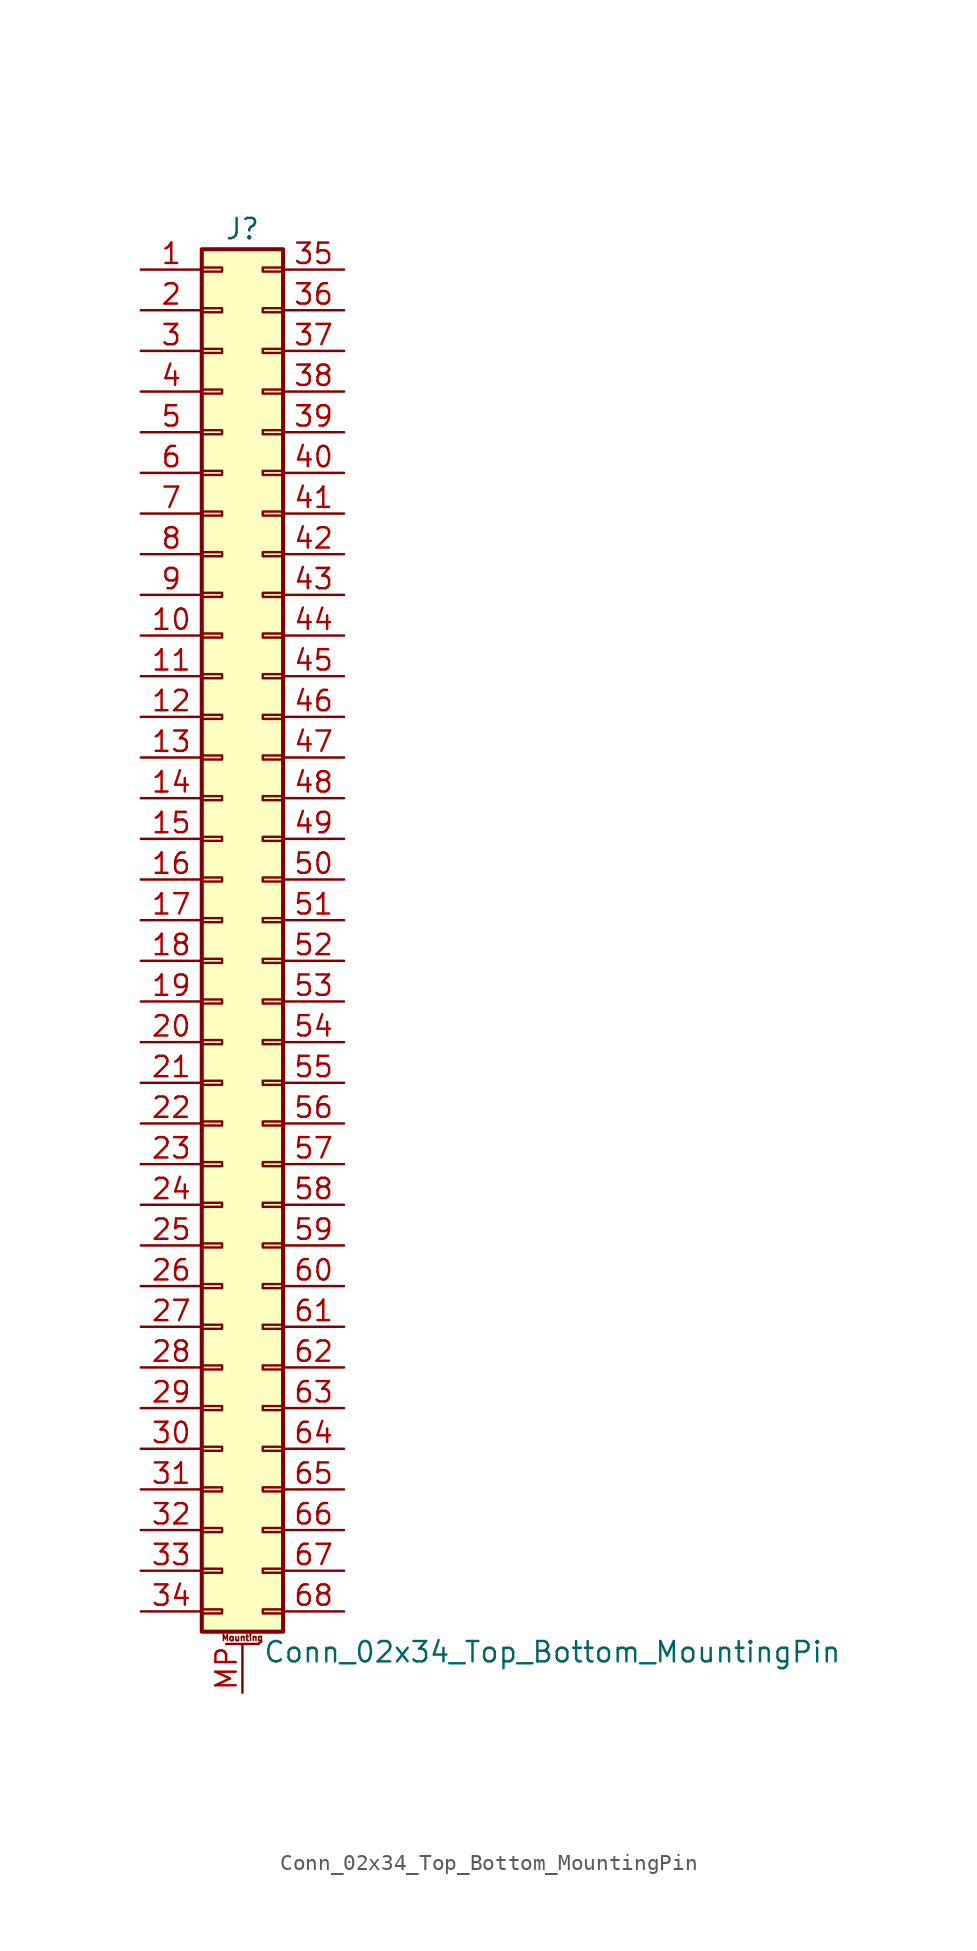
<source format=kicad_sym>
(kicad_symbol_lib
  (version 20201005)
  (generator kicad_symbol_editor)
  (symbol "Conn_02x34_Top_Bottom_MountingPin"
    (pin_names
      (offset 1.016) hide)
    (property "Reference" "J"
      (at 1.27 43.18 0)
      (effects (font (size 1.27 1.27))))
    (property "Value" "Conn_02x34_Top_Bottom_MountingPin"
      (at 2.54 -45.72 0)
      (effects (font (size 1.27 1.27)) (justify left)))
    (symbol "Conn_02x34_Top_Bottom_MountingPin_1_1"
      (text "Mounting" (at 1.27 -44.831 0) (effects (font (size 0.381 0.381))))
      (rectangle (start -1.27 -43.053) (end 0 -43.307) (stroke (width 0.152)) (fill (type none)))
      (rectangle (start -1.27 -40.513) (end 0 -40.767) (stroke (width 0.152)) (fill (type none)))
      (rectangle (start -1.27 -37.973) (end 0 -38.227) (stroke (width 0.152)) (fill (type none)))
      (rectangle (start -1.27 -35.433) (end 0 -35.687) (stroke (width 0.152)) (fill (type none)))
      (rectangle (start -1.27 -32.893) (end 0 -33.147) (stroke (width 0.152)) (fill (type none)))
      (rectangle (start -1.27 -30.353) (end 0 -30.607) (stroke (width 0.152)) (fill (type none)))
      (rectangle (start -1.27 -27.813) (end 0 -28.067) (stroke (width 0.152)) (fill (type none)))
      (rectangle (start -1.27 -25.273) (end 0 -25.527) (stroke (width 0.152)) (fill (type none)))
      (rectangle (start -1.27 -22.733) (end 0 -22.987) (stroke (width 0.152)) (fill (type none)))
      (rectangle (start -1.27 -20.193) (end 0 -20.447) (stroke (width 0.152)) (fill (type none)))
      (rectangle (start -1.27 -17.653) (end 0 -17.907) (stroke (width 0.152)) (fill (type none)))
      (rectangle (start -1.27 -15.113) (end 0 -15.367) (stroke (width 0.152)) (fill (type none)))
      (rectangle (start -1.27 -12.573) (end 0 -12.827) (stroke (width 0.152)) (fill (type none)))
      (rectangle (start -1.27 -10.033) (end 0 -10.287) (stroke (width 0.152)) (fill (type none)))
      (rectangle (start -1.27 -7.493) (end 0 -7.747) (stroke (width 0.152)) (fill (type none)))
      (rectangle (start -1.27 -4.953) (end 0 -5.207) (stroke (width 0.152)) (fill (type none)))
      (rectangle (start -1.27 -2.413) (end 0 -2.667) (stroke (width 0.152)) (fill (type none)))
      (rectangle (start -1.27 0.127) (end 0 -0.127) (stroke (width 0.152)) (fill (type none)))
      (rectangle (start -1.27 2.667) (end 0 2.413) (stroke (width 0.152)) (fill (type none)))
      (rectangle (start -1.27 5.207) (end 0 4.953) (stroke (width 0.152)) (fill (type none)))
      (rectangle (start -1.27 7.747) (end 0 7.493) (stroke (width 0.152)) (fill (type none)))
      (rectangle (start -1.27 10.287) (end 0 10.033) (stroke (width 0.152)) (fill (type none)))
      (rectangle (start -1.27 12.827) (end 0 12.573) (stroke (width 0.152)) (fill (type none)))
      (rectangle (start -1.27 15.367) (end 0 15.113) (stroke (width 0.152)) (fill (type none)))
      (rectangle (start -1.27 17.907) (end 0 17.653) (stroke (width 0.152)) (fill (type none)))
      (rectangle (start -1.27 20.447) (end 0 20.193) (stroke (width 0.152)) (fill (type none)))
      (rectangle (start -1.27 22.987) (end 0 22.733) (stroke (width 0.152)) (fill (type none)))
      (rectangle (start -1.27 25.527) (end 0 25.273) (stroke (width 0.152)) (fill (type none)))
      (rectangle (start -1.27 28.067) (end 0 27.813) (stroke (width 0.152)) (fill (type none)))
      (rectangle (start -1.27 30.607) (end 0 30.353) (stroke (width 0.152)) (fill (type none)))
      (rectangle (start -1.27 33.147) (end 0 32.893) (stroke (width 0.152)) (fill (type none)))
      (rectangle (start -1.27 35.687) (end 0 35.433) (stroke (width 0.152)) (fill (type none)))
      (rectangle (start -1.27 38.227) (end 0 37.973) (stroke (width 0.152)) (fill (type none)))
      (rectangle (start -1.27 40.767) (end 0 40.513) (stroke (width 0.152)) (fill (type none)))
      (rectangle (start -1.27 41.91) (end 3.81 -44.45) (stroke (width 0.254)) (fill (type background)))
      (rectangle (start 3.81 -43.053) (end 2.54 -43.307) (stroke (width 0.152)) (fill (type none)))
      (rectangle (start 3.81 -40.513) (end 2.54 -40.767) (stroke (width 0.152)) (fill (type none)))
      (rectangle (start 3.81 -37.973) (end 2.54 -38.227) (stroke (width 0.152)) (fill (type none)))
      (rectangle (start 3.81 -35.433) (end 2.54 -35.687) (stroke (width 0.152)) (fill (type none)))
      (rectangle (start 3.81 -32.893) (end 2.54 -33.147) (stroke (width 0.152)) (fill (type none)))
      (rectangle (start 3.81 -30.353) (end 2.54 -30.607) (stroke (width 0.152)) (fill (type none)))
      (rectangle (start 3.81 -27.813) (end 2.54 -28.067) (stroke (width 0.152)) (fill (type none)))
      (rectangle (start 3.81 -25.273) (end 2.54 -25.527) (stroke (width 0.152)) (fill (type none)))
      (rectangle (start 3.81 -22.733) (end 2.54 -22.987) (stroke (width 0.152)) (fill (type none)))
      (rectangle (start 3.81 -20.193) (end 2.54 -20.447) (stroke (width 0.152)) (fill (type none)))
      (rectangle (start 3.81 -17.653) (end 2.54 -17.907) (stroke (width 0.152)) (fill (type none)))
      (rectangle (start 3.81 -15.113) (end 2.54 -15.367) (stroke (width 0.152)) (fill (type none)))
      (rectangle (start 3.81 -12.573) (end 2.54 -12.827) (stroke (width 0.152)) (fill (type none)))
      (rectangle (start 3.81 -10.033) (end 2.54 -10.287) (stroke (width 0.152)) (fill (type none)))
      (rectangle (start 3.81 -7.493) (end 2.54 -7.747) (stroke (width 0.152)) (fill (type none)))
      (rectangle (start 3.81 -4.953) (end 2.54 -5.207) (stroke (width 0.152)) (fill (type none)))
      (rectangle (start 3.81 -2.413) (end 2.54 -2.667) (stroke (width 0.152)) (fill (type none)))
      (rectangle (start 3.81 0.127) (end 2.54 -0.127) (stroke (width 0.152)) (fill (type none)))
      (rectangle (start 3.81 2.667) (end 2.54 2.413) (stroke (width 0.152)) (fill (type none)))
      (rectangle (start 3.81 5.207) (end 2.54 4.953) (stroke (width 0.152)) (fill (type none)))
      (rectangle (start 3.81 7.747) (end 2.54 7.493) (stroke (width 0.152)) (fill (type none)))
      (rectangle (start 3.81 10.287) (end 2.54 10.033) (stroke (width 0.152)) (fill (type none)))
      (rectangle (start 3.81 12.827) (end 2.54 12.573) (stroke (width 0.152)) (fill (type none)))
      (rectangle (start 3.81 15.367) (end 2.54 15.113) (stroke (width 0.152)) (fill (type none)))
      (rectangle (start 3.81 17.907) (end 2.54 17.653) (stroke (width 0.152)) (fill (type none)))
      (rectangle (start 3.81 20.447) (end 2.54 20.193) (stroke (width 0.152)) (fill (type none)))
      (rectangle (start 3.81 22.987) (end 2.54 22.733) (stroke (width 0.152)) (fill (type none)))
      (rectangle (start 3.81 25.527) (end 2.54 25.273) (stroke (width 0.152)) (fill (type none)))
      (rectangle (start 3.81 28.067) (end 2.54 27.813) (stroke (width 0.152)) (fill (type none)))
      (rectangle (start 3.81 30.607) (end 2.54 30.353) (stroke (width 0.152)) (fill (type none)))
      (rectangle (start 3.81 33.147) (end 2.54 32.893) (stroke (width 0.152)) (fill (type none)))
      (rectangle (start 3.81 35.687) (end 2.54 35.433) (stroke (width 0.152)) (fill (type none)))
      (rectangle (start 3.81 38.227) (end 2.54 37.973) (stroke (width 0.152)) (fill (type none)))
      (rectangle (start 3.81 40.767) (end 2.54 40.513) (stroke (width 0.152)) (fill (type none)))
      (polyline (pts (xy 0.254 -45.212) (xy 2.286 -45.212)) (stroke (width 0.152)) (fill (type none)))
      (pin passive line (at -5.08 40.64 0) (length 3.81) (name "Pin_1" (effects (font (size 1.27 1.27)))) (number "1" (effects (font (size 1.27 1.27)))))
      (pin passive line (at -5.08 17.78 0) (length 3.81) (name "Pin_10" (effects (font (size 1.27 1.27)))) (number "10" (effects (font (size 1.27 1.27)))))
      (pin passive line (at -5.08 15.24 0) (length 3.81) (name "Pin_11" (effects (font (size 1.27 1.27)))) (number "11" (effects (font (size 1.27 1.27)))))
      (pin passive line (at -5.08 12.7 0) (length 3.81) (name "Pin_12" (effects (font (size 1.27 1.27)))) (number "12" (effects (font (size 1.27 1.27)))))
      (pin passive line (at -5.08 10.16 0) (length 3.81) (name "Pin_13" (effects (font (size 1.27 1.27)))) (number "13" (effects (font (size 1.27 1.27)))))
      (pin passive line (at -5.08 7.62 0) (length 3.81) (name "Pin_14" (effects (font (size 1.27 1.27)))) (number "14" (effects (font (size 1.27 1.27)))))
      (pin passive line (at -5.08 5.08 0) (length 3.81) (name "Pin_15" (effects (font (size 1.27 1.27)))) (number "15" (effects (font (size 1.27 1.27)))))
      (pin passive line (at -5.08 2.54 0) (length 3.81) (name "Pin_16" (effects (font (size 1.27 1.27)))) (number "16" (effects (font (size 1.27 1.27)))))
      (pin passive line (at -5.08 0 0) (length 3.81) (name "Pin_17" (effects (font (size 1.27 1.27)))) (number "17" (effects (font (size 1.27 1.27)))))
      (pin passive line (at -5.08 -2.54 0) (length 3.81) (name "Pin_18" (effects (font (size 1.27 1.27)))) (number "18" (effects (font (size 1.27 1.27)))))
      (pin passive line (at -5.08 -5.08 0) (length 3.81) (name "Pin_19" (effects (font (size 1.27 1.27)))) (number "19" (effects (font (size 1.27 1.27)))))
      (pin passive line (at -5.08 38.1 0) (length 3.81) (name "Pin_2" (effects (font (size 1.27 1.27)))) (number "2" (effects (font (size 1.27 1.27)))))
      (pin passive line (at -5.08 -7.62 0) (length 3.81) (name "Pin_20" (effects (font (size 1.27 1.27)))) (number "20" (effects (font (size 1.27 1.27)))))
      (pin passive line (at -5.08 -10.16 0) (length 3.81) (name "Pin_21" (effects (font (size 1.27 1.27)))) (number "21" (effects (font (size 1.27 1.27)))))
      (pin passive line (at -5.08 -12.7 0) (length 3.81) (name "Pin_22" (effects (font (size 1.27 1.27)))) (number "22" (effects (font (size 1.27 1.27)))))
      (pin passive line (at -5.08 -15.24 0) (length 3.81) (name "Pin_23" (effects (font (size 1.27 1.27)))) (number "23" (effects (font (size 1.27 1.27)))))
      (pin passive line (at -5.08 -17.78 0) (length 3.81) (name "Pin_24" (effects (font (size 1.27 1.27)))) (number "24" (effects (font (size 1.27 1.27)))))
      (pin passive line (at -5.08 -20.32 0) (length 3.81) (name "Pin_25" (effects (font (size 1.27 1.27)))) (number "25" (effects (font (size 1.27 1.27)))))
      (pin passive line (at -5.08 -22.86 0) (length 3.81) (name "Pin_26" (effects (font (size 1.27 1.27)))) (number "26" (effects (font (size 1.27 1.27)))))
      (pin passive line (at -5.08 -25.4 0) (length 3.81) (name "Pin_27" (effects (font (size 1.27 1.27)))) (number "27" (effects (font (size 1.27 1.27)))))
      (pin passive line (at -5.08 -27.94 0) (length 3.81) (name "Pin_28" (effects (font (size 1.27 1.27)))) (number "28" (effects (font (size 1.27 1.27)))))
      (pin passive line (at -5.08 -30.48 0) (length 3.81) (name "Pin_29" (effects (font (size 1.27 1.27)))) (number "29" (effects (font (size 1.27 1.27)))))
      (pin passive line (at -5.08 35.56 0) (length 3.81) (name "Pin_3" (effects (font (size 1.27 1.27)))) (number "3" (effects (font (size 1.27 1.27)))))
      (pin passive line (at -5.08 -33.02 0) (length 3.81) (name "Pin_30" (effects (font (size 1.27 1.27)))) (number "30" (effects (font (size 1.27 1.27)))))
      (pin passive line (at -5.08 -35.56 0) (length 3.81) (name "Pin_31" (effects (font (size 1.27 1.27)))) (number "31" (effects (font (size 1.27 1.27)))))
      (pin passive line (at -5.08 -38.1 0) (length 3.81) (name "Pin_32" (effects (font (size 1.27 1.27)))) (number "32" (effects (font (size 1.27 1.27)))))
      (pin passive line (at -5.08 -40.64 0) (length 3.81) (name "Pin_33" (effects (font (size 1.27 1.27)))) (number "33" (effects (font (size 1.27 1.27)))))
      (pin passive line (at -5.08 -43.18 0) (length 3.81) (name "Pin_34" (effects (font (size 1.27 1.27)))) (number "34" (effects (font (size 1.27 1.27)))))
      (pin passive line (at 7.62 40.64 180) (length 3.81) (name "Pin_35" (effects (font (size 1.27 1.27)))) (number "35" (effects (font (size 1.27 1.27)))))
      (pin passive line (at 7.62 38.1 180) (length 3.81) (name "Pin_36" (effects (font (size 1.27 1.27)))) (number "36" (effects (font (size 1.27 1.27)))))
      (pin passive line (at 7.62 35.56 180) (length 3.81) (name "Pin_37" (effects (font (size 1.27 1.27)))) (number "37" (effects (font (size 1.27 1.27)))))
      (pin passive line (at 7.62 33.02 180) (length 3.81) (name "Pin_38" (effects (font (size 1.27 1.27)))) (number "38" (effects (font (size 1.27 1.27)))))
      (pin passive line (at 7.62 30.48 180) (length 3.81) (name "Pin_39" (effects (font (size 1.27 1.27)))) (number "39" (effects (font (size 1.27 1.27)))))
      (pin passive line (at -5.08 33.02 0) (length 3.81) (name "Pin_4" (effects (font (size 1.27 1.27)))) (number "4" (effects (font (size 1.27 1.27)))))
      (pin passive line (at 7.62 27.94 180) (length 3.81) (name "Pin_40" (effects (font (size 1.27 1.27)))) (number "40" (effects (font (size 1.27 1.27)))))
      (pin passive line (at 7.62 25.4 180) (length 3.81) (name "Pin_41" (effects (font (size 1.27 1.27)))) (number "41" (effects (font (size 1.27 1.27)))))
      (pin passive line (at 7.62 22.86 180) (length 3.81) (name "Pin_42" (effects (font (size 1.27 1.27)))) (number "42" (effects (font (size 1.27 1.27)))))
      (pin passive line (at 7.62 20.32 180) (length 3.81) (name "Pin_43" (effects (font (size 1.27 1.27)))) (number "43" (effects (font (size 1.27 1.27)))))
      (pin passive line (at 7.62 17.78 180) (length 3.81) (name "Pin_44" (effects (font (size 1.27 1.27)))) (number "44" (effects (font (size 1.27 1.27)))))
      (pin passive line (at 7.62 15.24 180) (length 3.81) (name "Pin_45" (effects (font (size 1.27 1.27)))) (number "45" (effects (font (size 1.27 1.27)))))
      (pin passive line (at 7.62 12.7 180) (length 3.81) (name "Pin_46" (effects (font (size 1.27 1.27)))) (number "46" (effects (font (size 1.27 1.27)))))
      (pin passive line (at 7.62 10.16 180) (length 3.81) (name "Pin_47" (effects (font (size 1.27 1.27)))) (number "47" (effects (font (size 1.27 1.27)))))
      (pin passive line (at 7.62 7.62 180) (length 3.81) (name "Pin_48" (effects (font (size 1.27 1.27)))) (number "48" (effects (font (size 1.27 1.27)))))
      (pin passive line (at 7.62 5.08 180) (length 3.81) (name "Pin_49" (effects (font (size 1.27 1.27)))) (number "49" (effects (font (size 1.27 1.27)))))
      (pin passive line (at -5.08 30.48 0) (length 3.81) (name "Pin_5" (effects (font (size 1.27 1.27)))) (number "5" (effects (font (size 1.27 1.27)))))
      (pin passive line (at 7.62 2.54 180) (length 3.81) (name "Pin_50" (effects (font (size 1.27 1.27)))) (number "50" (effects (font (size 1.27 1.27)))))
      (pin passive line (at 7.62 0 180) (length 3.81) (name "Pin_51" (effects (font (size 1.27 1.27)))) (number "51" (effects (font (size 1.27 1.27)))))
      (pin passive line (at 7.62 -2.54 180) (length 3.81) (name "Pin_52" (effects (font (size 1.27 1.27)))) (number "52" (effects (font (size 1.27 1.27)))))
      (pin passive line (at 7.62 -5.08 180) (length 3.81) (name "Pin_53" (effects (font (size 1.27 1.27)))) (number "53" (effects (font (size 1.27 1.27)))))
      (pin passive line (at 7.62 -7.62 180) (length 3.81) (name "Pin_54" (effects (font (size 1.27 1.27)))) (number "54" (effects (font (size 1.27 1.27)))))
      (pin passive line (at 7.62 -10.16 180) (length 3.81) (name "Pin_55" (effects (font (size 1.27 1.27)))) (number "55" (effects (font (size 1.27 1.27)))))
      (pin passive line (at 7.62 -12.7 180) (length 3.81) (name "Pin_56" (effects (font (size 1.27 1.27)))) (number "56" (effects (font (size 1.27 1.27)))))
      (pin passive line (at 7.62 -15.24 180) (length 3.81) (name "Pin_57" (effects (font (size 1.27 1.27)))) (number "57" (effects (font (size 1.27 1.27)))))
      (pin passive line (at 7.62 -17.78 180) (length 3.81) (name "Pin_58" (effects (font (size 1.27 1.27)))) (number "58" (effects (font (size 1.27 1.27)))))
      (pin passive line (at 7.62 -20.32 180) (length 3.81) (name "Pin_59" (effects (font (size 1.27 1.27)))) (number "59" (effects (font (size 1.27 1.27)))))
      (pin passive line (at -5.08 27.94 0) (length 3.81) (name "Pin_6" (effects (font (size 1.27 1.27)))) (number "6" (effects (font (size 1.27 1.27)))))
      (pin passive line (at 7.62 -22.86 180) (length 3.81) (name "Pin_60" (effects (font (size 1.27 1.27)))) (number "60" (effects (font (size 1.27 1.27)))))
      (pin passive line (at 7.62 -25.4 180) (length 3.81) (name "Pin_61" (effects (font (size 1.27 1.27)))) (number "61" (effects (font (size 1.27 1.27)))))
      (pin passive line (at 7.62 -27.94 180) (length 3.81) (name "Pin_62" (effects (font (size 1.27 1.27)))) (number "62" (effects (font (size 1.27 1.27)))))
      (pin passive line (at 7.62 -30.48 180) (length 3.81) (name "Pin_63" (effects (font (size 1.27 1.27)))) (number "63" (effects (font (size 1.27 1.27)))))
      (pin passive line (at 7.62 -33.02 180) (length 3.81) (name "Pin_64" (effects (font (size 1.27 1.27)))) (number "64" (effects (font (size 1.27 1.27)))))
      (pin passive line (at 7.62 -35.56 180) (length 3.81) (name "Pin_65" (effects (font (size 1.27 1.27)))) (number "65" (effects (font (size 1.27 1.27)))))
      (pin passive line (at 7.62 -38.1 180) (length 3.81) (name "Pin_66" (effects (font (size 1.27 1.27)))) (number "66" (effects (font (size 1.27 1.27)))))
      (pin passive line (at 7.62 -40.64 180) (length 3.81) (name "Pin_67" (effects (font (size 1.27 1.27)))) (number "67" (effects (font (size 1.27 1.27)))))
      (pin passive line (at 7.62 -43.18 180) (length 3.81) (name "Pin_68" (effects (font (size 1.27 1.27)))) (number "68" (effects (font (size 1.27 1.27)))))
      (pin passive line (at -5.08 25.4 0) (length 3.81) (name "Pin_7" (effects (font (size 1.27 1.27)))) (number "7" (effects (font (size 1.27 1.27)))))
      (pin passive line (at -5.08 22.86 0) (length 3.81) (name "Pin_8" (effects (font (size 1.27 1.27)))) (number "8" (effects (font (size 1.27 1.27)))))
      (pin passive line (at -5.08 20.32 0) (length 3.81) (name "Pin_9" (effects (font (size 1.27 1.27)))) (number "9" (effects (font (size 1.27 1.27)))))
      (pin passive line (at 1.27 -48.26 90) (length 3.048) (name "MountPin" (effects (font (size 1.27 1.27)))) (number "MP" (effects (font (size 1.27 1.27))))))))
</source>
